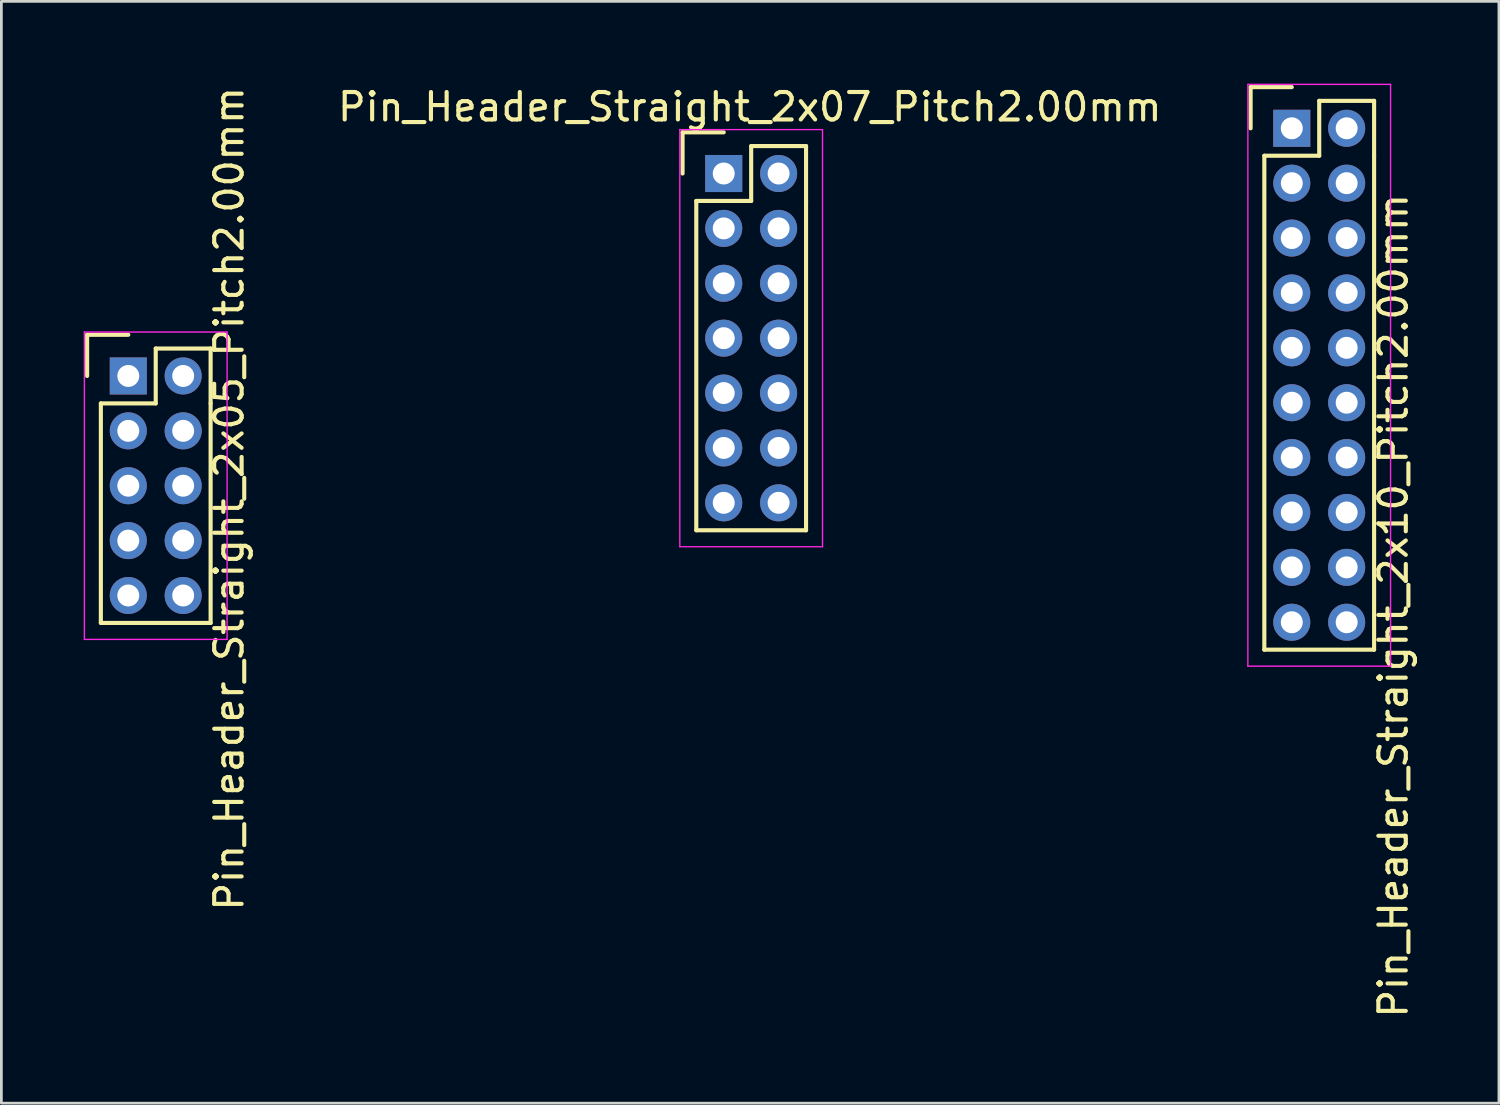
<source format=kicad_pcb>
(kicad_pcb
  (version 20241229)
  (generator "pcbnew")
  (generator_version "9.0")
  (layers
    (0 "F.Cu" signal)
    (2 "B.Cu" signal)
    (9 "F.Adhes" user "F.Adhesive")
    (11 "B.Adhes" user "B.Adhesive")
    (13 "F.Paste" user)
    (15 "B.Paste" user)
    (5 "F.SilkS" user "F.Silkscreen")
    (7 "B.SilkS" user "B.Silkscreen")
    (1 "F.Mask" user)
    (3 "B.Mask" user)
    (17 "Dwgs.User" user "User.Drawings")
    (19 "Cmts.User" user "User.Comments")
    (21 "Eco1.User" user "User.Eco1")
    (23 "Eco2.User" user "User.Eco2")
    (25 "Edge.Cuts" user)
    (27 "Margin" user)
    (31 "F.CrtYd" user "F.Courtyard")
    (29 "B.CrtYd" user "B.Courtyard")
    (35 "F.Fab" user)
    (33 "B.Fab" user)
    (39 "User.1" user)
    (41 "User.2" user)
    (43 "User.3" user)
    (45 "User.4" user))
  (footprint "Pin_Header_Straight_2x05_Pitch2.00mm"
    (layer "F.Cu")
    (at 1.625 10.65)
    (property "Reference" "Pin_Header_Straight_2x05_Pitch2.00mm" (at 3.675 4.475 90) (layer "F.SilkS") (effects (font (size 1 1) (thickness 0.15))))
    (attr through_hole)
    (fp_line (start -1.5 -1.5) (end 0 -1.5) (stroke (width 0.15) (type solid)) (layer "F.SilkS"))
    (fp_line (start -1.5 0) (end -1.5 -1.5) (stroke (width 0.15) (type solid)) (layer "F.SilkS"))
    (fp_line (start -1 1) (end 1 1) (stroke (width 0.15) (type solid)) (layer "F.SilkS"))
    (fp_line (start -1 9) (end -1 1) (stroke (width 0.15) (type solid)) (layer "F.SilkS"))
    (fp_line (start 1 -1) (end 3 -1) (stroke (width 0.15) (type solid)) (layer "F.SilkS"))
    (fp_line (start 1 1) (end 1 -1) (stroke (width 0.15) (type solid)) (layer "F.SilkS"))
    (fp_line (start 3 -1) (end 3 1) (stroke (width 0.15) (type solid)) (layer "F.SilkS"))
    (fp_line (start 3 1) (end 3 9) (stroke (width 0.15) (type solid)) (layer "F.SilkS"))
    (fp_line (start 3 9) (end -1 9) (stroke (width 0.15) (type solid)) (layer "F.SilkS"))
    (fp_line (start -1.6 -1.6) (end 3.6 -1.6) (stroke (width 0.05) (type solid)) (layer "F.CrtYd"))
    (fp_line (start -1.6 9.6) (end -1.6 -1.6) (stroke (width 0.05) (type solid)) (layer "F.CrtYd"))
    (fp_line (start 3.6 -1.6) (end 3.6 9.6) (stroke (width 0.05) (type solid)) (layer "F.CrtYd"))
    (fp_line (start 3.6 9.6) (end -1.6 9.6) (stroke (width 0.05) (type solid)) (layer "F.CrtYd"))
    (pad "1" thru_hole rect (at 0 0) (size 1.35 1.35) (drill 0.8) (layers "*.Cu" "*.Mask"))
    (pad "2" thru_hole circle (at 2 0) (size 1.35 1.35) (drill 0.8) (layers "*.Cu" "*.Mask"))
    (pad "3" thru_hole circle (at 0 2) (size 1.35 1.35) (drill 0.8) (layers "*.Cu" "*.Mask"))
    (pad "4" thru_hole circle (at 2 2) (size 1.35 1.35) (drill 0.8) (layers "*.Cu" "*.Mask"))
    (pad "5" thru_hole circle (at 0 4) (size 1.35 1.35) (drill 0.8) (layers "*.Cu" "*.Mask"))
    (pad "6" thru_hole circle (at 2 4) (size 1.35 1.35) (drill 0.8) (layers "*.Cu" "*.Mask"))
    (pad "7" thru_hole circle (at 0 6) (size 1.35 1.35) (drill 0.8) (layers "*.Cu" "*.Mask"))
    (pad "8" thru_hole circle (at 2 6) (size 1.35 1.35) (drill 0.8) (layers "*.Cu" "*.Mask"))
    (pad "9" thru_hole circle (at 0 8) (size 1.35 1.35) (drill 0.8) (layers "*.Cu" "*.Mask"))
    (pad "10" thru_hole circle (at 2 8) (size 1.35 1.35) (drill 0.8) (layers "*.Cu" "*.Mask")))
  (footprint "Pin_Header_Straight_2x07_Pitch2.00mm"
    (layer "F.Cu")
    (at 23.323 3.273)
    (property "Reference" "Pin_Header_Straight_2x07_Pitch2.00mm" (at 0.95 -2.425 0) (layer "F.SilkS") (effects (font (size 1 1) (thickness 0.15))))
    (attr through_hole)
    (fp_line (start -1.5 -1.5) (end 0 -1.5) (stroke (width 0.15) (type solid)) (layer "F.SilkS"))
    (fp_line (start -1.5 0) (end -1.5 -1.5) (stroke (width 0.15) (type solid)) (layer "F.SilkS"))
    (fp_line (start -1 1) (end 1 1) (stroke (width 0.15) (type solid)) (layer "F.SilkS"))
    (fp_line (start -1 13) (end -1 1) (stroke (width 0.15) (type solid)) (layer "F.SilkS"))
    (fp_line (start 1 -1) (end 3 -1) (stroke (width 0.15) (type solid)) (layer "F.SilkS"))
    (fp_line (start 1 1) (end 1 -1) (stroke (width 0.15) (type solid)) (layer "F.SilkS"))
    (fp_line (start 3 -1) (end 3 1) (stroke (width 0.15) (type solid)) (layer "F.SilkS"))
    (fp_line (start 3 1) (end 3 13) (stroke (width 0.15) (type solid)) (layer "F.SilkS"))
    (fp_line (start 3 13) (end -1 13) (stroke (width 0.15) (type solid)) (layer "F.SilkS"))
    (fp_line (start -1.6 -1.6) (end 3.6 -1.6) (stroke (width 0.05) (type solid)) (layer "F.CrtYd"))
    (fp_line (start -1.6 13.6) (end -1.6 -1.6) (stroke (width 0.05) (type solid)) (layer "F.CrtYd"))
    (fp_line (start 3.6 -1.6) (end 3.6 13.6) (stroke (width 0.05) (type solid)) (layer "F.CrtYd"))
    (fp_line (start 3.6 13.6) (end -1.6 13.6) (stroke (width 0.05) (type solid)) (layer "F.CrtYd"))
    (pad "1" thru_hole rect (at 0 0) (size 1.35 1.35) (drill 0.8) (layers "*.Cu" "*.Mask"))
    (pad "2" thru_hole circle (at 2 0) (size 1.35 1.35) (drill 0.8) (layers "*.Cu" "*.Mask"))
    (pad "3" thru_hole circle (at 0 2) (size 1.35 1.35) (drill 0.8) (layers "*.Cu" "*.Mask"))
    (pad "4" thru_hole circle (at 2 2) (size 1.35 1.35) (drill 0.8) (layers "*.Cu" "*.Mask"))
    (pad "5" thru_hole circle (at 0 4) (size 1.35 1.35) (drill 0.8) (layers "*.Cu" "*.Mask"))
    (pad "6" thru_hole circle (at 2 4) (size 1.35 1.35) (drill 0.8) (layers "*.Cu" "*.Mask"))
    (pad "7" thru_hole circle (at 0 6) (size 1.35 1.35) (drill 0.8) (layers "*.Cu" "*.Mask"))
    (pad "8" thru_hole circle (at 2 6) (size 1.35 1.35) (drill 0.8) (layers "*.Cu" "*.Mask"))
    (pad "9" thru_hole circle (at 0 8) (size 1.35 1.35) (drill 0.8) (layers "*.Cu" "*.Mask"))
    (pad "10" thru_hole circle (at 2 8) (size 1.35 1.35) (drill 0.8) (layers "*.Cu" "*.Mask"))
    (pad "11" thru_hole circle (at 0 10) (size 1.35 1.35) (drill 0.8) (layers "*.Cu" "*.Mask"))
    (pad "12" thru_hole circle (at 2 10) (size 1.35 1.35) (drill 0.8) (layers "*.Cu" "*.Mask"))
    (pad "13" thru_hole circle (at 0 12) (size 1.35 1.35) (drill 0.8) (layers "*.Cu" "*.Mask"))
    (pad "14" thru_hole circle (at 2 12) (size 1.35 1.35) (drill 0.8) (layers "*.Cu" "*.Mask")))
  (footprint "Pin_Header_Straight_2x10_Pitch2.00mm"
    (layer "F.Cu")
    (at 44.023 1.625)
    (property "Reference" "Pin_Header_Straight_2x10_Pitch2.00mm" (at 3.7 17.4 90) (layer "F.SilkS") (effects (font (size 1 1) (thickness 0.15))))
    (attr through_hole)
    (fp_line (start -1.5 -1.5) (end 0 -1.5) (stroke (width 0.15) (type solid)) (layer "F.SilkS"))
    (fp_line (start -1.5 0) (end -1.5 -1.5) (stroke (width 0.15) (type solid)) (layer "F.SilkS"))
    (fp_line (start -1 1) (end 1 1) (stroke (width 0.15) (type solid)) (layer "F.SilkS"))
    (fp_line (start -1 19) (end -1 1) (stroke (width 0.15) (type solid)) (layer "F.SilkS"))
    (fp_line (start 1 -1) (end 3 -1) (stroke (width 0.15) (type solid)) (layer "F.SilkS"))
    (fp_line (start 1 1) (end 1 -1) (stroke (width 0.15) (type solid)) (layer "F.SilkS"))
    (fp_line (start 3 -1) (end 3 1) (stroke (width 0.15) (type solid)) (layer "F.SilkS"))
    (fp_line (start 3 1) (end 3 19) (stroke (width 0.15) (type solid)) (layer "F.SilkS"))
    (fp_line (start 3 19) (end -1 19) (stroke (width 0.15) (type solid)) (layer "F.SilkS"))
    (fp_line (start -1.6 -1.6) (end 3.6 -1.6) (stroke (width 0.05) (type solid)) (layer "F.CrtYd"))
    (fp_line (start -1.6 19.6) (end -1.6 -1.6) (stroke (width 0.05) (type solid)) (layer "F.CrtYd"))
    (fp_line (start 3.6 -1.6) (end 3.6 19.6) (stroke (width 0.05) (type solid)) (layer "F.CrtYd"))
    (fp_line (start 3.6 19.6) (end -1.6 19.6) (stroke (width 0.05) (type solid)) (layer "F.CrtYd"))
    (pad "1" thru_hole rect (at 0 0) (size 1.35 1.35) (drill 0.8) (layers "*.Cu" "*.Mask"))
    (pad "2" thru_hole circle (at 2 0) (size 1.35 1.35) (drill 0.8) (layers "*.Cu" "*.Mask"))
    (pad "3" thru_hole circle (at 0 2) (size 1.35 1.35) (drill 0.8) (layers "*.Cu" "*.Mask"))
    (pad "4" thru_hole circle (at 2 2) (size 1.35 1.35) (drill 0.8) (layers "*.Cu" "*.Mask"))
    (pad "5" thru_hole circle (at 0 4) (size 1.35 1.35) (drill 0.8) (layers "*.Cu" "*.Mask"))
    (pad "6" thru_hole circle (at 2 4) (size 1.35 1.35) (drill 0.8) (layers "*.Cu" "*.Mask"))
    (pad "7" thru_hole circle (at 0 6) (size 1.35 1.35) (drill 0.8) (layers "*.Cu" "*.Mask"))
    (pad "8" thru_hole circle (at 2 6) (size 1.35 1.35) (drill 0.8) (layers "*.Cu" "*.Mask"))
    (pad "9" thru_hole circle (at 0 8) (size 1.35 1.35) (drill 0.8) (layers "*.Cu" "*.Mask"))
    (pad "10" thru_hole circle (at 2 8) (size 1.35 1.35) (drill 0.8) (layers "*.Cu" "*.Mask"))
    (pad "11" thru_hole circle (at 0 10) (size 1.35 1.35) (drill 0.8) (layers "*.Cu" "*.Mask"))
    (pad "12" thru_hole circle (at 2 10) (size 1.35 1.35) (drill 0.8) (layers "*.Cu" "*.Mask"))
    (pad "13" thru_hole circle (at 0 12) (size 1.35 1.35) (drill 0.8) (layers "*.Cu" "*.Mask"))
    (pad "14" thru_hole circle (at 2 12) (size 1.35 1.35) (drill 0.8) (layers "*.Cu" "*.Mask"))
    (pad "15" thru_hole circle (at 0 14) (size 1.35 1.35) (drill 0.8) (layers "*.Cu" "*.Mask"))
    (pad "16" thru_hole circle (at 2 14) (size 1.35 1.35) (drill 0.8) (layers "*.Cu" "*.Mask"))
    (pad "17" thru_hole circle (at 0 16) (size 1.35 1.35) (drill 0.8) (layers "*.Cu" "*.Mask"))
    (pad "18" thru_hole circle (at 2 16) (size 1.35 1.35) (drill 0.8) (layers "*.Cu" "*.Mask"))
    (pad "19" thru_hole circle (at 0 18) (size 1.35 1.35) (drill 0.8) (layers "*.Cu" "*.Mask"))
    (pad "20" thru_hole circle (at 2 18) (size 1.35 1.35) (drill 0.8) (layers "*.Cu" "*.Mask")))
  (gr_rect
    (start -3 -3)
    (end 51.572 37.15)
    (stroke (width 0.1) (type default))
    (fill no)
    (layer "Edge.Cuts")))
</source>
